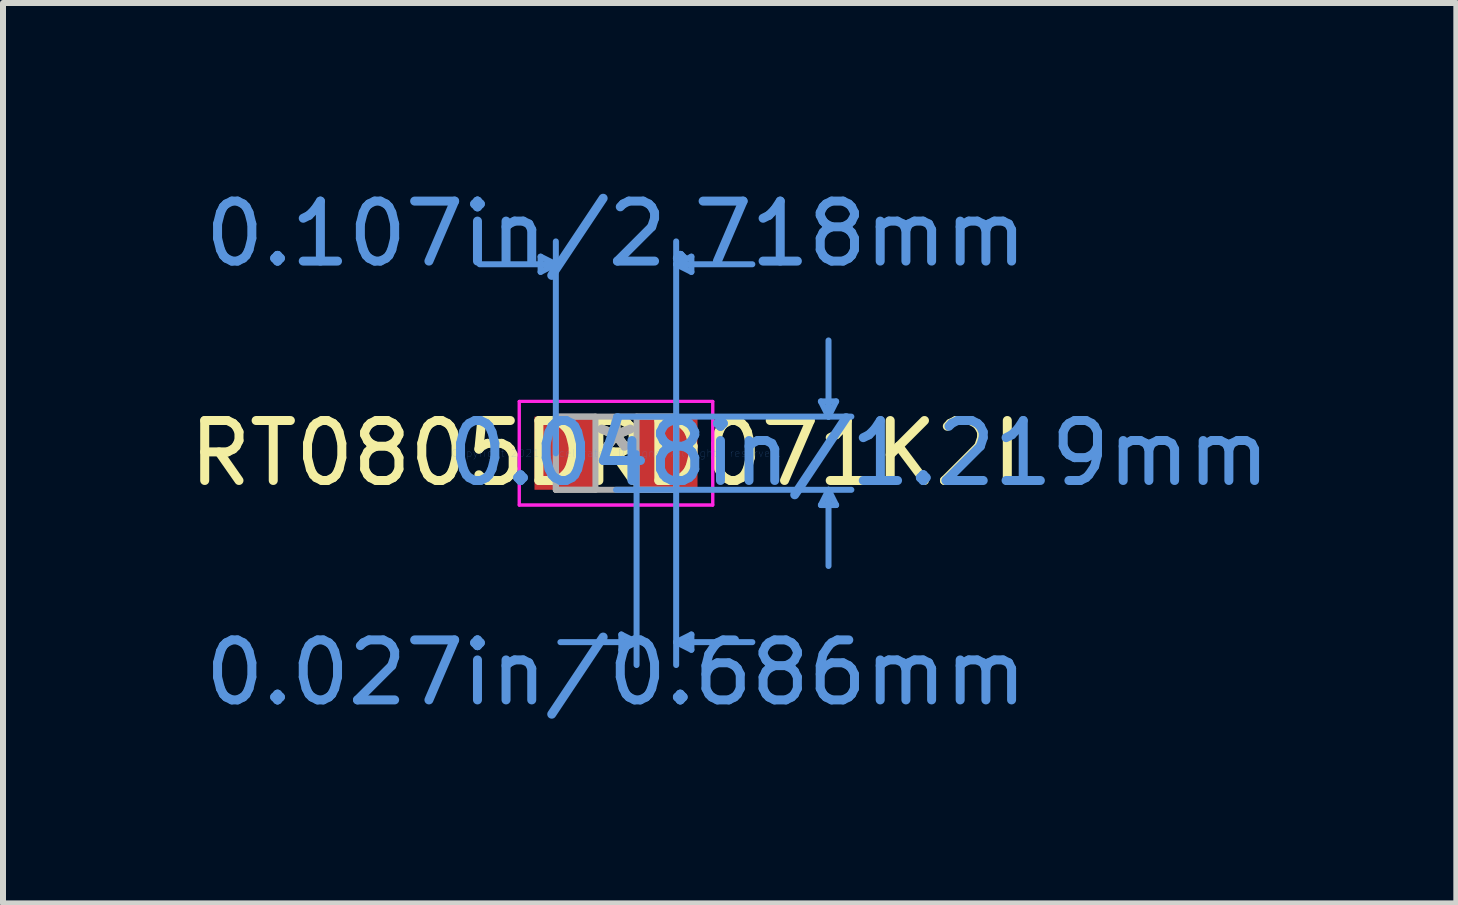
<source format=kicad_pcb>
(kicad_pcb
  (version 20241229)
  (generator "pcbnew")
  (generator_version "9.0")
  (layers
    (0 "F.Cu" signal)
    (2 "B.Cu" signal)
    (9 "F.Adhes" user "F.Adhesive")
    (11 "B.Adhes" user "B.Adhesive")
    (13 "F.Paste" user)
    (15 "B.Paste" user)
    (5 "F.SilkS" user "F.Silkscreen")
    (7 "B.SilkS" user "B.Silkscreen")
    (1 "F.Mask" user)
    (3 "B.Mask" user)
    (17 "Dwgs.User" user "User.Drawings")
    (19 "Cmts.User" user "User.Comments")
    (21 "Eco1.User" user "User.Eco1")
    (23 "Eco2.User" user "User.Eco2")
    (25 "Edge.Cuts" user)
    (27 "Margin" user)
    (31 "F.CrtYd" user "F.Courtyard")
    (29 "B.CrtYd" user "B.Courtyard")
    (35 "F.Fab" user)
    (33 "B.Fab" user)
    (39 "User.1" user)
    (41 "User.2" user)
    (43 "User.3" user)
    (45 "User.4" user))
  (footprint "RT0805DRD071K2L"
    (layer "F.Cu")
    (at 7.22 4.506)
    (property "Reference" "RT0805DRD071K2L" (at 0 0 0) (layer "F.SilkS") (effects (font (size 1 1) (thickness 0.15))))
    (attr through_hole)
    (fp_line (start -1.257 -3.277) (end -1.257 -3.023) (stroke (width 0.1) (type solid)) (layer "Cmts.User"))
    (fp_line (start -1.003 -3.15) (end -2.273 -3.15) (stroke (width 0.1) (type solid)) (layer "Cmts.User"))
    (fp_line (start -1.003 -3.15) (end -1.257 -3.277) (stroke (width 0.1) (type solid)) (layer "Cmts.User"))
    (fp_line (start -1.003 -3.15) (end -1.257 -3.023) (stroke (width 0.1) (type solid)) (layer "Cmts.User"))
    (fp_line (start -1.003 0) (end -1.003 -3.531) (stroke (width 0.1) (type solid)) (layer "Cmts.User"))
    (fp_line (start 0 -0.61) (end 3.924 -0.61) (stroke (width 0.1) (type solid)) (layer "Cmts.User"))
    (fp_line (start 0 0.61) (end 3.924 0.61) (stroke (width 0.1) (type solid)) (layer "Cmts.User"))
    (fp_line (start 0.089 3.023) (end 0.089 3.277) (stroke (width 0.1) (type solid)) (layer "Cmts.User"))
    (fp_line (start 0.343 0) (end 0.343 3.531) (stroke (width 0.1) (type solid)) (layer "Cmts.User"))
    (fp_line (start 0.343 3.15) (end -0.927 3.15) (stroke (width 0.1) (type solid)) (layer "Cmts.User"))
    (fp_line (start 0.343 3.15) (end 0.089 3.023) (stroke (width 0.1) (type solid)) (layer "Cmts.User"))
    (fp_line (start 0.343 3.15) (end 0.089 3.277) (stroke (width 0.1) (type solid)) (layer "Cmts.User"))
    (fp_line (start 1.003 -3.15) (end 1.257 -3.277) (stroke (width 0.1) (type solid)) (layer "Cmts.User"))
    (fp_line (start 1.003 -3.15) (end 1.257 -3.023) (stroke (width 0.1) (type solid)) (layer "Cmts.User"))
    (fp_line (start 1.003 -3.15) (end 2.273 -3.15) (stroke (width 0.1) (type solid)) (layer "Cmts.User"))
    (fp_line (start 1.003 0) (end 1.003 -3.531) (stroke (width 0.1) (type solid)) (layer "Cmts.User"))
    (fp_line (start 1.003 0) (end 1.003 3.531) (stroke (width 0.1) (type solid)) (layer "Cmts.User"))
    (fp_line (start 1.003 3.15) (end 1.257 3.023) (stroke (width 0.1) (type solid)) (layer "Cmts.User"))
    (fp_line (start 1.003 3.15) (end 1.257 3.277) (stroke (width 0.1) (type solid)) (layer "Cmts.User"))
    (fp_line (start 1.003 3.15) (end 2.273 3.15) (stroke (width 0.1) (type solid)) (layer "Cmts.User"))
    (fp_line (start 1.257 -3.277) (end 1.257 -3.023) (stroke (width 0.1) (type solid)) (layer "Cmts.User"))
    (fp_line (start 1.257 3.023) (end 1.257 3.277) (stroke (width 0.1) (type solid)) (layer "Cmts.User"))
    (fp_line (start 3.416 -0.864) (end 3.67 -0.864) (stroke (width 0.1) (type solid)) (layer "Cmts.User"))
    (fp_line (start 3.416 0.864) (end 3.67 0.864) (stroke (width 0.1) (type solid)) (layer "Cmts.User"))
    (fp_line (start 3.543 -0.61) (end 3.416 -0.864) (stroke (width 0.1) (type solid)) (layer "Cmts.User"))
    (fp_line (start 3.543 -0.61) (end 3.543 -1.88) (stroke (width 0.1) (type solid)) (layer "Cmts.User"))
    (fp_line (start 3.543 -0.61) (end 3.67 -0.864) (stroke (width 0.1) (type solid)) (layer "Cmts.User"))
    (fp_line (start 3.543 0.61) (end 3.416 0.864) (stroke (width 0.1) (type solid)) (layer "Cmts.User"))
    (fp_line (start 3.543 0.61) (end 3.543 1.88) (stroke (width 0.1) (type solid)) (layer "Cmts.User"))
    (fp_line (start 3.543 0.61) (end 3.67 0.864) (stroke (width 0.1) (type solid)) (layer "Cmts.User"))
    (fp_line (start -1.613 -0.864) (end 1.613 -0.864) (stroke (width 0.05) (type solid)) (layer "F.CrtYd"))
    (fp_line (start -1.613 -0.864) (end 1.613 -0.864) (stroke (width 0.05) (type solid)) (layer "F.CrtYd"))
    (fp_line (start -1.613 0.864) (end -1.613 -0.864) (stroke (width 0.05) (type solid)) (layer "F.CrtYd"))
    (fp_line (start -1.613 0.864) (end -1.613 -0.864) (stroke (width 0.05) (type solid)) (layer "F.CrtYd"))
    (fp_line (start 1.613 -0.864) (end 1.613 0.864) (stroke (width 0.05) (type solid)) (layer "F.CrtYd"))
    (fp_line (start 1.613 -0.864) (end 1.613 0.864) (stroke (width 0.05) (type solid)) (layer "F.CrtYd"))
    (fp_line (start 1.613 0.864) (end -1.613 0.864) (stroke (width 0.05) (type solid)) (layer "F.CrtYd"))
    (fp_line (start 1.613 0.864) (end -1.613 0.864) (stroke (width 0.05) (type solid)) (layer "F.CrtYd"))
    (fp_line (start -1.003 -0.61) (end -1.003 0.61) (stroke (width 0.1) (type solid)) (layer "F.Fab"))
    (fp_line (start -1.003 -0.61) (end -1.003 0.61) (stroke (width 0.1) (type solid)) (layer "F.Fab"))
    (fp_line (start -1.003 0.61) (end -0.343 0.61) (stroke (width 0.1) (type solid)) (layer "F.Fab"))
    (fp_line (start -1.003 0.61) (end 1.003 0.61) (stroke (width 0.1) (type solid)) (layer "F.Fab"))
    (fp_line (start -0.343 -0.61) (end -1.003 -0.61) (stroke (width 0.1) (type solid)) (layer "F.Fab"))
    (fp_line (start -0.343 0.61) (end -0.343 -0.61) (stroke (width 0.1) (type solid)) (layer "F.Fab"))
    (fp_line (start 0.343 -0.61) (end 0.343 0.61) (stroke (width 0.1) (type solid)) (layer "F.Fab"))
    (fp_line (start 0.343 0.61) (end 1.003 0.61) (stroke (width 0.1) (type solid)) (layer "F.Fab"))
    (fp_line (start 1.003 -0.61) (end -1.003 -0.61) (stroke (width 0.1) (type solid)) (layer "F.Fab"))
    (fp_line (start 1.003 -0.61) (end 0.343 -0.61) (stroke (width 0.1) (type solid)) (layer "F.Fab"))
    (fp_line (start 1.003 0.61) (end 1.003 -0.61) (stroke (width 0.1) (type solid)) (layer "F.Fab"))
    (fp_line (start 1.003 0.61) (end 1.003 -0.61) (stroke (width 0.1) (type solid)) (layer "F.Fab"))
    (fp_text user "*" (at 0 0 0) (layer "F.SilkS") (effects (font (size 1 1) (thickness 0.15))))
    (fp_text user "0.048in/1.219mm" (at 4.051 0 0) (layer "Cmts.User") (effects (font (size 1 1) (thickness 0.15))))
    (fp_text user "0.107in/2.718mm" (at 0 -3.658 0) (layer "Cmts.User") (effects (font (size 1 1) (thickness 0.15))))
    (fp_text user "Copyright 2021 Accelerated Designs. All rights reserved." (at 0 0 0) (layer "Cmts.User") (effects (font (size 0.127 0.127) (thickness 0.002))))
    (fp_text user "0.027in/0.686mm" (at 0 3.658 0) (layer "Cmts.User") (effects (font (size 1 1) (thickness 0.15))))
    (fp_text user "*" (at 0 0 0) (layer "F.Fab") (effects (font (size 1 1) (thickness 0.15))))
    (pad "1" smd rect (at -0.851 0) (size 1.016 1.219) (layers "F.Cu" "F.Mask" "F.Paste"))
    (pad "2" smd rect (at 0.851 0) (size 1.016 1.219) (layers "F.Cu" "F.Mask" "F.Paste")))
  (gr_rect
    (start -3 -3)
    (end 21.23 12.012)
    (stroke (width 0.1) (type default))
    (fill no)
    (layer "Edge.Cuts")))
</source>
